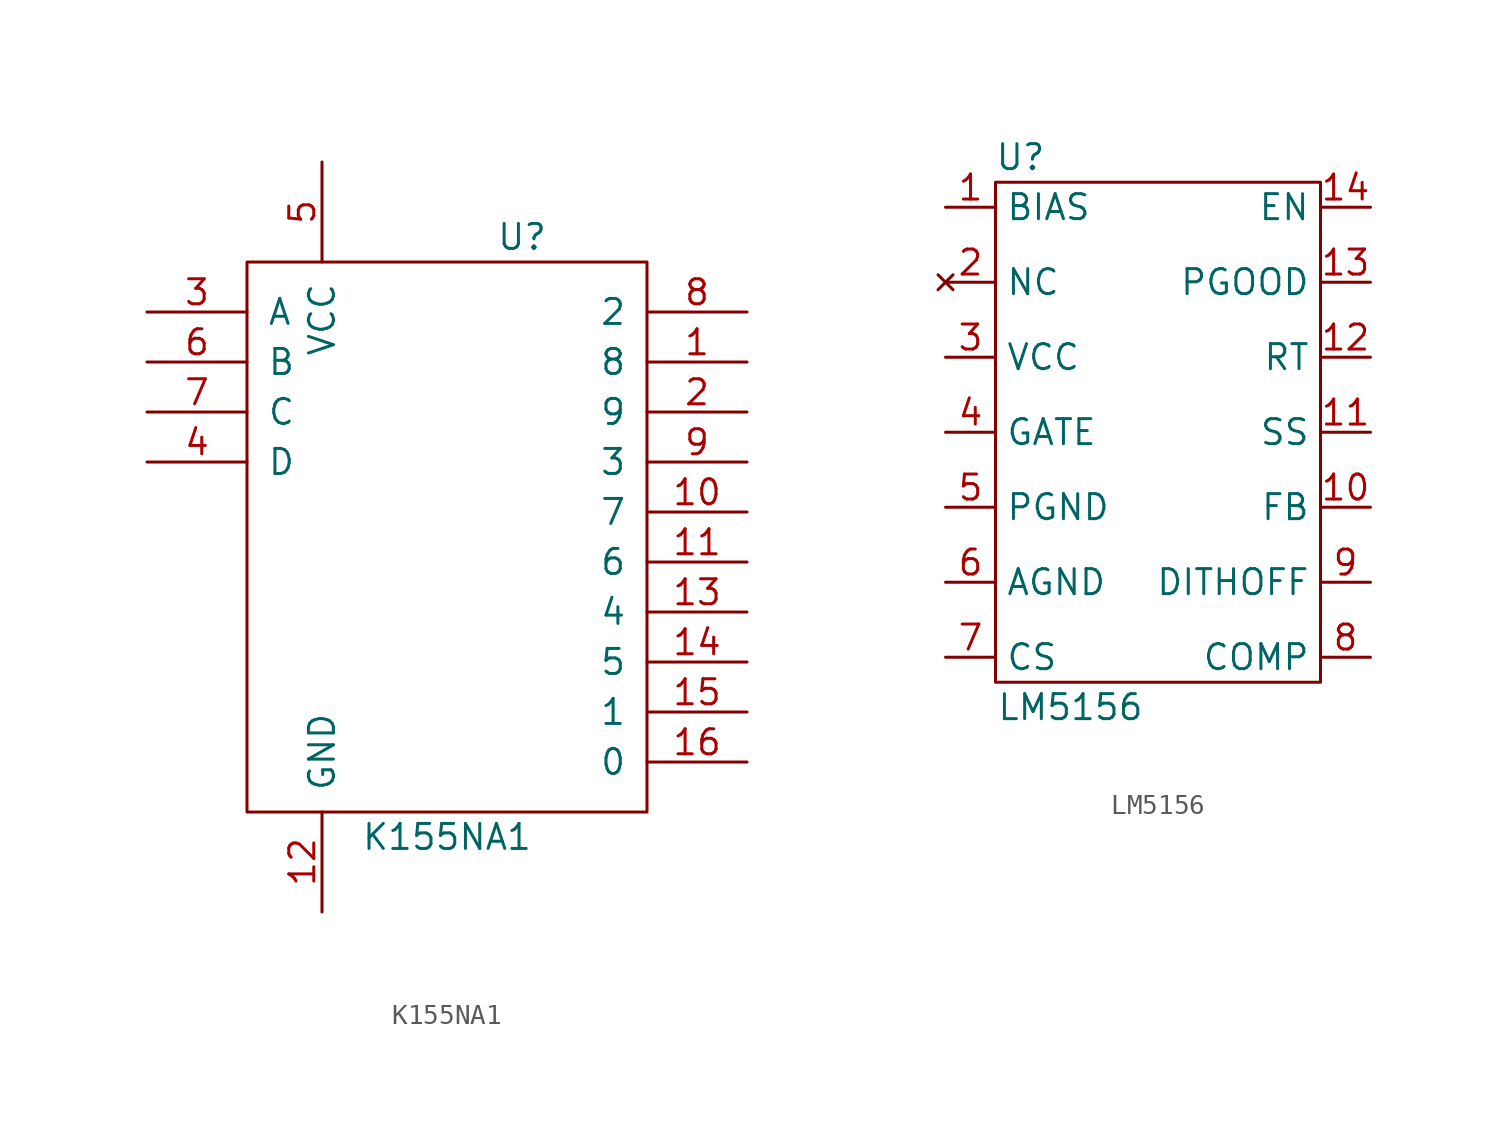
<source format=kicad_sym>
(kicad_symbol_lib
  (version 20211014)
  (generator kicad_symbol_editor)
  (symbol "K155NA1"
    (pin_names
      (offset 1.016))
    (property "Reference" "U"
      (at 3.81 15.24 0)
      (effects (font (size 1.27 1.27))))
    (property "Value" "K155NA1"
      (at 0 -15.24 0)
      (effects (font (size 1.27 1.27))))
    (symbol "K155NA1_0_1"
      (rectangle (start -10.16 -13.97) (end 10.16 13.97) (stroke (width 0) (type default) (color 0 0 0 0)) (fill (type none))))
    (symbol "K155NA1_1_1"
      (pin output line (at 15.24 8.89 180) (length 5.08) (name "8" (effects (font (size 1.27 1.27)))) (number "1" (effects (font (size 1.27 1.27)))))
      (pin output line (at 15.24 1.27 180) (length 5.08) (name "7" (effects (font (size 1.27 1.27)))) (number "10" (effects (font (size 1.27 1.27)))))
      (pin output line (at 15.24 -1.27 180) (length 5.08) (name "6" (effects (font (size 1.27 1.27)))) (number "11" (effects (font (size 1.27 1.27)))))
      (pin power_in line (at -6.35 -19.05 90) (length 5.08) (name "GND" (effects (font (size 1.27 1.27)))) (number "12" (effects (font (size 1.27 1.27)))))
      (pin output line (at 15.24 -3.81 180) (length 5.08) (name "4" (effects (font (size 1.27 1.27)))) (number "13" (effects (font (size 1.27 1.27)))))
      (pin output line (at 15.24 -6.35 180) (length 5.08) (name "5" (effects (font (size 1.27 1.27)))) (number "14" (effects (font (size 1.27 1.27)))))
      (pin output line (at 15.24 -8.89 180) (length 5.08) (name "1" (effects (font (size 1.27 1.27)))) (number "15" (effects (font (size 1.27 1.27)))))
      (pin output line (at 15.24 -11.43 180) (length 5.08) (name "0" (effects (font (size 1.27 1.27)))) (number "16" (effects (font (size 1.27 1.27)))))
      (pin output line (at 15.24 6.35 180) (length 5.08) (name "9" (effects (font (size 1.27 1.27)))) (number "2" (effects (font (size 1.27 1.27)))))
      (pin input line (at -15.24 11.43 0) (length 5.08) (name "A" (effects (font (size 1.27 1.27)))) (number "3" (effects (font (size 1.27 1.27)))))
      (pin input line (at -15.24 3.81 0) (length 5.08) (name "D" (effects (font (size 1.27 1.27)))) (number "4" (effects (font (size 1.27 1.27)))))
      (pin power_in line (at -6.35 19.05 270) (length 5.08) (name "VCC" (effects (font (size 1.27 1.27)))) (number "5" (effects (font (size 1.27 1.27)))))
      (pin input line (at -15.24 8.89 0) (length 5.08) (name "B" (effects (font (size 1.27 1.27)))) (number "6" (effects (font (size 1.27 1.27)))))
      (pin input line (at -15.24 6.35 0) (length 5.08) (name "C" (effects (font (size 1.27 1.27)))) (number "7" (effects (font (size 1.27 1.27)))))
      (pin output line (at 15.24 11.43 180) (length 5.08) (name "2" (effects (font (size 1.27 1.27)))) (number "8" (effects (font (size 1.27 1.27)))))
      (pin output line (at 15.24 3.81 180) (length 5.08) (name "3" (effects (font (size 1.27 1.27)))) (number "9" (effects (font (size 1.27 1.27)))))))
  (symbol "LM5156"
    (property "Reference" "U"
      (at -1.27 3.81 0)
      (effects (font (size 1.27 1.27))))
    (property "Value" "LM5156"
      (at 1.27 -24.13 0)
      (effects (font (size 1.27 1.27))))
    (symbol "LM5156_0_1"
      (rectangle (start -2.54 2.54) (end 13.97 -22.86) (stroke (width 0) (type default) (color 0 0 0 0)) (fill (type none))))
    (symbol "LM5156_1_1"
      (pin input line (at -5.08 1.27 0) (length 2.54) (name "BIAS" (effects (font (size 1.27 1.27)))) (number "1" (effects (font (size 1.27 1.27)))))
      (pin input line (at 16.51 -13.97 180) (length 2.54) (name "FB" (effects (font (size 1.27 1.27)))) (number "10" (effects (font (size 1.27 1.27)))))
      (pin input line (at 16.51 -10.16 180) (length 2.54) (name "SS" (effects (font (size 1.27 1.27)))) (number "11" (effects (font (size 1.27 1.27)))))
      (pin input line (at 16.51 -6.35 180) (length 2.54) (name "RT" (effects (font (size 1.27 1.27)))) (number "12" (effects (font (size 1.27 1.27)))))
      (pin output line (at 16.51 -2.54 180) (length 2.54) (name "PGOOD" (effects (font (size 1.27 1.27)))) (number "13" (effects (font (size 1.27 1.27)))))
      (pin input line (at 16.51 1.27 180) (length 2.54) (name "EN" (effects (font (size 1.27 1.27)))) (number "14" (effects (font (size 1.27 1.27)))))
      (pin no_connect line (at -5.08 -2.54 0) (length 2.54) (name "NC" (effects (font (size 1.27 1.27)))) (number "2" (effects (font (size 1.27 1.27)))))
      (pin input line (at -5.08 -6.35 0) (length 2.54) (name "VCC" (effects (font (size 1.27 1.27)))) (number "3" (effects (font (size 1.27 1.27)))))
      (pin output line (at -5.08 -10.16 0) (length 2.54) (name "GATE" (effects (font (size 1.27 1.27)))) (number "4" (effects (font (size 1.27 1.27)))))
      (pin passive line (at -5.08 -13.97 0) (length 2.54) (name "PGND" (effects (font (size 1.27 1.27)))) (number "5" (effects (font (size 1.27 1.27)))))
      (pin passive line (at -5.08 -17.78 0) (length 2.54) (name "AGND" (effects (font (size 1.27 1.27)))) (number "6" (effects (font (size 1.27 1.27)))))
      (pin input line (at -5.08 -21.59 0) (length 2.54) (name "CS" (effects (font (size 1.27 1.27)))) (number "7" (effects (font (size 1.27 1.27)))))
      (pin output line (at 16.51 -21.59 180) (length 2.54) (name "COMP" (effects (font (size 1.27 1.27)))) (number "8" (effects (font (size 1.27 1.27)))))
      (pin input line (at 16.51 -17.78 180) (length 2.54) (name "DITHOFF" (effects (font (size 1.27 1.27)))) (number "9" (effects (font (size 1.27 1.27))))))))
</source>
